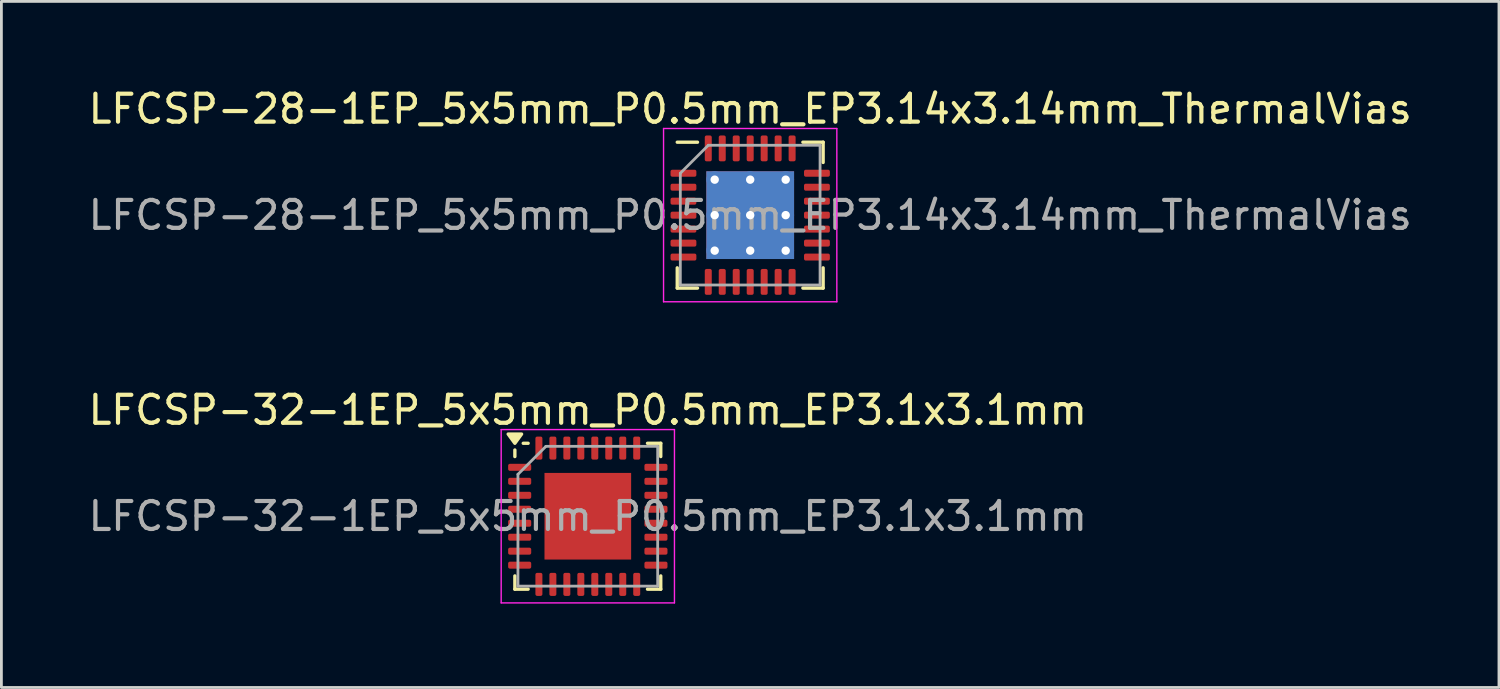
<source format=kicad_pcb>
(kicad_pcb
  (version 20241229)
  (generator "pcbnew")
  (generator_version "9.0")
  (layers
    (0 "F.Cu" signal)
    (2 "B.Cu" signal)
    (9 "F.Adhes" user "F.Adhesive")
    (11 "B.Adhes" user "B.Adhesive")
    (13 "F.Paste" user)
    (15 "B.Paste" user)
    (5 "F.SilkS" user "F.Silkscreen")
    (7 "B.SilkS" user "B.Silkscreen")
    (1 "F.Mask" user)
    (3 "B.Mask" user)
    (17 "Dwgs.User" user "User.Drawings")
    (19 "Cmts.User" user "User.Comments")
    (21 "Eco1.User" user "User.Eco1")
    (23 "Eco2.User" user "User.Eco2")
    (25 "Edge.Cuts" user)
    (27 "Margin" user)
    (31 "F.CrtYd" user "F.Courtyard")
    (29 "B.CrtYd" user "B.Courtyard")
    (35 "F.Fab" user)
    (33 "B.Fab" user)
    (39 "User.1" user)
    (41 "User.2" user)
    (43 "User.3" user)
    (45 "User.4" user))
  (footprint "LFCSP-32-1EP_5x5mm_P0.5mm_EP3.1x3.1mm"
    (layer "F.Cu")
    (at 17.982 15.421)
    (property "Reference" "LFCSP-32-1EP_5x5mm_P0.5mm_EP3.1x3.1mm" (at 0 -3.8 0) (layer "F.SilkS") (effects (font (size 1 1) (thickness 0.15))))
    (attr smd)
    (fp_line (start -2.61 -2.135) (end -2.61 -2.37) (stroke (width 0.12) (type solid)) (layer "F.SilkS"))
    (fp_line (start -2.61 2.61) (end -2.61 2.135) (stroke (width 0.12) (type solid)) (layer "F.SilkS"))
    (fp_line (start -2.135 -2.61) (end -2.31 -2.61) (stroke (width 0.12) (type solid)) (layer "F.SilkS"))
    (fp_line (start -2.135 2.61) (end -2.61 2.61) (stroke (width 0.12) (type solid)) (layer "F.SilkS"))
    (fp_line (start 2.135 -2.61) (end 2.61 -2.61) (stroke (width 0.12) (type solid)) (layer "F.SilkS"))
    (fp_line (start 2.135 2.61) (end 2.61 2.61) (stroke (width 0.12) (type solid)) (layer "F.SilkS"))
    (fp_line (start 2.61 -2.61) (end 2.61 -2.135) (stroke (width 0.12) (type solid)) (layer "F.SilkS"))
    (fp_line (start 2.61 2.61) (end 2.61 2.135) (stroke (width 0.12) (type solid)) (layer "F.SilkS"))
    (fp_poly (pts (xy -2.61 -2.61) (xy -2.85 -2.94) (xy -2.37 -2.94) (xy -2.61 -2.61)) (stroke (width 0.12) (type solid)) (fill yes) (layer "F.SilkS"))
    (fp_line (start -3.1 -3.1) (end -3.1 3.1) (stroke (width 0.05) (type solid)) (layer "F.CrtYd"))
    (fp_line (start -3.1 3.1) (end 3.1 3.1) (stroke (width 0.05) (type solid)) (layer "F.CrtYd"))
    (fp_line (start 3.1 -3.1) (end -3.1 -3.1) (stroke (width 0.05) (type solid)) (layer "F.CrtYd"))
    (fp_line (start 3.1 3.1) (end 3.1 -3.1) (stroke (width 0.05) (type solid)) (layer "F.CrtYd"))
    (fp_line (start -2.5 -1.5) (end -1.5 -2.5) (stroke (width 0.1) (type solid)) (layer "F.Fab"))
    (fp_line (start -2.5 2.5) (end -2.5 -1.5) (stroke (width 0.1) (type solid)) (layer "F.Fab"))
    (fp_line (start -1.5 -2.5) (end 2.5 -2.5) (stroke (width 0.1) (type solid)) (layer "F.Fab"))
    (fp_line (start 2.5 -2.5) (end 2.5 2.5) (stroke (width 0.1) (type solid)) (layer "F.Fab"))
    (fp_line (start 2.5 2.5) (end -2.5 2.5) (stroke (width 0.1) (type solid)) (layer "F.Fab"))
    (fp_text user "${REFERENCE}" (at 0 0 0) (layer "F.Fab") (effects (font (size 1 1) (thickness 0.15))))
    (pad "" smd roundrect (at -1.03 -1.03) (size 0.83 0.83) (layers "F.Paste") (roundrect_rratio 0.25))
    (pad "" smd roundrect (at -1.03 0) (size 0.83 0.83) (layers "F.Paste") (roundrect_rratio 0.25))
    (pad "" smd roundrect (at -1.03 1.03) (size 0.83 0.83) (layers "F.Paste") (roundrect_rratio 0.25))
    (pad "" smd roundrect (at 0 -1.03) (size 0.83 0.83) (layers "F.Paste") (roundrect_rratio 0.25))
    (pad "" smd roundrect (at 0 0) (size 0.83 0.83) (layers "F.Paste") (roundrect_rratio 0.25))
    (pad "" smd roundrect (at 0 1.03) (size 0.83 0.83) (layers "F.Paste") (roundrect_rratio 0.25))
    (pad "" smd roundrect (at 1.03 -1.03) (size 0.83 0.83) (layers "F.Paste") (roundrect_rratio 0.25))
    (pad "" smd roundrect (at 1.03 0) (size 0.83 0.83) (layers "F.Paste") (roundrect_rratio 0.25))
    (pad "" smd roundrect (at 1.03 1.03) (size 0.83 0.83) (layers "F.Paste") (roundrect_rratio 0.25))
    (pad "1" smd roundrect (at -2.438 -1.75) (size 0.825 0.25) (layers "F.Cu" "F.Mask" "F.Paste") (roundrect_rratio 0.25))
    (pad "2" smd roundrect (at -2.438 -1.25) (size 0.825 0.25) (layers "F.Cu" "F.Mask" "F.Paste") (roundrect_rratio 0.25))
    (pad "3" smd roundrect (at -2.438 -0.75) (size 0.825 0.25) (layers "F.Cu" "F.Mask" "F.Paste") (roundrect_rratio 0.25))
    (pad "4" smd roundrect (at -2.438 -0.25) (size 0.825 0.25) (layers "F.Cu" "F.Mask" "F.Paste") (roundrect_rratio 0.25))
    (pad "5" smd roundrect (at -2.438 0.25) (size 0.825 0.25) (layers "F.Cu" "F.Mask" "F.Paste") (roundrect_rratio 0.25))
    (pad "6" smd roundrect (at -2.438 0.75) (size 0.825 0.25) (layers "F.Cu" "F.Mask" "F.Paste") (roundrect_rratio 0.25))
    (pad "7" smd roundrect (at -2.438 1.25) (size 0.825 0.25) (layers "F.Cu" "F.Mask" "F.Paste") (roundrect_rratio 0.25))
    (pad "8" smd roundrect (at -2.438 1.75) (size 0.825 0.25) (layers "F.Cu" "F.Mask" "F.Paste") (roundrect_rratio 0.25))
    (pad "9" smd roundrect (at -1.75 2.438) (size 0.25 0.825) (layers "F.Cu" "F.Mask" "F.Paste") (roundrect_rratio 0.25))
    (pad "10" smd roundrect (at -1.25 2.438) (size 0.25 0.825) (layers "F.Cu" "F.Mask" "F.Paste") (roundrect_rratio 0.25))
    (pad "11" smd roundrect (at -0.75 2.438) (size 0.25 0.825) (layers "F.Cu" "F.Mask" "F.Paste") (roundrect_rratio 0.25))
    (pad "12" smd roundrect (at -0.25 2.438) (size 0.25 0.825) (layers "F.Cu" "F.Mask" "F.Paste") (roundrect_rratio 0.25))
    (pad "13" smd roundrect (at 0.25 2.438) (size 0.25 0.825) (layers "F.Cu" "F.Mask" "F.Paste") (roundrect_rratio 0.25))
    (pad "14" smd roundrect (at 0.75 2.438) (size 0.25 0.825) (layers "F.Cu" "F.Mask" "F.Paste") (roundrect_rratio 0.25))
    (pad "15" smd roundrect (at 1.25 2.438) (size 0.25 0.825) (layers "F.Cu" "F.Mask" "F.Paste") (roundrect_rratio 0.25))
    (pad "16" smd roundrect (at 1.75 2.438) (size 0.25 0.825) (layers "F.Cu" "F.Mask" "F.Paste") (roundrect_rratio 0.25))
    (pad "17" smd roundrect (at 2.438 1.75) (size 0.825 0.25) (layers "F.Cu" "F.Mask" "F.Paste") (roundrect_rratio 0.25))
    (pad "18" smd roundrect (at 2.438 1.25) (size 0.825 0.25) (layers "F.Cu" "F.Mask" "F.Paste") (roundrect_rratio 0.25))
    (pad "19" smd roundrect (at 2.438 0.75) (size 0.825 0.25) (layers "F.Cu" "F.Mask" "F.Paste") (roundrect_rratio 0.25))
    (pad "20" smd roundrect (at 2.438 0.25) (size 0.825 0.25) (layers "F.Cu" "F.Mask" "F.Paste") (roundrect_rratio 0.25))
    (pad "21" smd roundrect (at 2.438 -0.25) (size 0.825 0.25) (layers "F.Cu" "F.Mask" "F.Paste") (roundrect_rratio 0.25))
    (pad "22" smd roundrect (at 2.438 -0.75) (size 0.825 0.25) (layers "F.Cu" "F.Mask" "F.Paste") (roundrect_rratio 0.25))
    (pad "23" smd roundrect (at 2.438 -1.25) (size 0.825 0.25) (layers "F.Cu" "F.Mask" "F.Paste") (roundrect_rratio 0.25))
    (pad "24" smd roundrect (at 2.438 -1.75) (size 0.825 0.25) (layers "F.Cu" "F.Mask" "F.Paste") (roundrect_rratio 0.25))
    (pad "25" smd roundrect (at 1.75 -2.438) (size 0.25 0.825) (layers "F.Cu" "F.Mask" "F.Paste") (roundrect_rratio 0.25))
    (pad "26" smd roundrect (at 1.25 -2.438) (size 0.25 0.825) (layers "F.Cu" "F.Mask" "F.Paste") (roundrect_rratio 0.25))
    (pad "27" smd roundrect (at 0.75 -2.438) (size 0.25 0.825) (layers "F.Cu" "F.Mask" "F.Paste") (roundrect_rratio 0.25))
    (pad "28" smd roundrect (at 0.25 -2.438) (size 0.25 0.825) (layers "F.Cu" "F.Mask" "F.Paste") (roundrect_rratio 0.25))
    (pad "29" smd roundrect (at -0.25 -2.438) (size 0.25 0.825) (layers "F.Cu" "F.Mask" "F.Paste") (roundrect_rratio 0.25))
    (pad "30" smd roundrect (at -0.75 -2.438) (size 0.25 0.825) (layers "F.Cu" "F.Mask" "F.Paste") (roundrect_rratio 0.25))
    (pad "31" smd roundrect (at -1.25 -2.438) (size 0.25 0.825) (layers "F.Cu" "F.Mask" "F.Paste") (roundrect_rratio 0.25))
    (pad "32" smd roundrect (at -1.75 -2.438) (size 0.25 0.825) (layers "F.Cu" "F.Mask" "F.Paste") (roundrect_rratio 0.25))
    (pad "33" smd rect (at 0 0) (size 3.1 3.1) (property pad_prop_heatsink) (layers "F.Cu" "F.Mask")))
  (footprint "LFCSP-28-1EP_5x5mm_P0.5mm_EP3.14x3.14mm_ThermalVias"
    (layer "F.Cu")
    (at 23.792 4.648)
    (property "Reference" "LFCSP-28-1EP_5x5mm_P0.5mm_EP3.14x3.14mm_ThermalVias" (at 0 -3.8 0) (layer "F.SilkS") (effects (font (size 1 1) (thickness 0.15))))
    (attr smd)
    (fp_line (start -2.61 2.61) (end -2.61 1.885) (stroke (width 0.12) (type solid)) (layer "F.SilkS"))
    (fp_line (start -1.885 -2.61) (end -2.61 -2.61) (stroke (width 0.12) (type solid)) (layer "F.SilkS"))
    (fp_line (start -1.885 2.61) (end -2.61 2.61) (stroke (width 0.12) (type solid)) (layer "F.SilkS"))
    (fp_line (start 1.885 -2.61) (end 2.61 -2.61) (stroke (width 0.12) (type solid)) (layer "F.SilkS"))
    (fp_line (start 1.885 2.61) (end 2.61 2.61) (stroke (width 0.12) (type solid)) (layer "F.SilkS"))
    (fp_line (start 2.61 -2.61) (end 2.61 -1.885) (stroke (width 0.12) (type solid)) (layer "F.SilkS"))
    (fp_line (start 2.61 2.61) (end 2.61 1.885) (stroke (width 0.12) (type solid)) (layer "F.SilkS"))
    (fp_line (start -3.1 -3.1) (end -3.1 3.1) (stroke (width 0.05) (type solid)) (layer "F.CrtYd"))
    (fp_line (start -3.1 3.1) (end 3.1 3.1) (stroke (width 0.05) (type solid)) (layer "F.CrtYd"))
    (fp_line (start 3.1 -3.1) (end -3.1 -3.1) (stroke (width 0.05) (type solid)) (layer "F.CrtYd"))
    (fp_line (start 3.1 3.1) (end 3.1 -3.1) (stroke (width 0.05) (type solid)) (layer "F.CrtYd"))
    (fp_line (start -2.5 -1.5) (end -1.5 -2.5) (stroke (width 0.1) (type solid)) (layer "F.Fab"))
    (fp_line (start -2.5 2.5) (end -2.5 -1.5) (stroke (width 0.1) (type solid)) (layer "F.Fab"))
    (fp_line (start -1.5 -2.5) (end 2.5 -2.5) (stroke (width 0.1) (type solid)) (layer "F.Fab"))
    (fp_line (start 2.5 -2.5) (end 2.5 2.5) (stroke (width 0.1) (type solid)) (layer "F.Fab"))
    (fp_line (start 2.5 2.5) (end -2.5 2.5) (stroke (width 0.1) (type solid)) (layer "F.Fab"))
    (fp_text user "${REFERENCE}" (at 0 0 0) (layer "F.Fab") (effects (font (size 1 1) (thickness 0.15))))
    (pad "" smd roundrect (at -0.785 -0.785) (size 1.31 1.31) (layers "F.Paste") (roundrect_rratio 0.191))
    (pad "" smd roundrect (at -0.785 0.785) (size 1.31 1.31) (layers "F.Paste") (roundrect_rratio 0.191))
    (pad "" smd roundrect (at 0.785 -0.785) (size 1.31 1.31) (layers "F.Paste") (roundrect_rratio 0.191))
    (pad "" smd roundrect (at 0.785 0.785) (size 1.31 1.31) (layers "F.Paste") (roundrect_rratio 0.191))
    (pad "1" smd roundrect (at -2.388 -1.5) (size 0.925 0.25) (layers "F.Cu" "F.Mask" "F.Paste") (roundrect_rratio 0.25))
    (pad "2" smd roundrect (at -2.388 -1) (size 0.925 0.25) (layers "F.Cu" "F.Mask" "F.Paste") (roundrect_rratio 0.25))
    (pad "3" smd roundrect (at -2.388 -0.5) (size 0.925 0.25) (layers "F.Cu" "F.Mask" "F.Paste") (roundrect_rratio 0.25))
    (pad "4" smd roundrect (at -2.388 0) (size 0.925 0.25) (layers "F.Cu" "F.Mask" "F.Paste") (roundrect_rratio 0.25))
    (pad "5" smd roundrect (at -2.388 0.5) (size 0.925 0.25) (layers "F.Cu" "F.Mask" "F.Paste") (roundrect_rratio 0.25))
    (pad "6" smd roundrect (at -2.388 1) (size 0.925 0.25) (layers "F.Cu" "F.Mask" "F.Paste") (roundrect_rratio 0.25))
    (pad "7" smd roundrect (at -2.388 1.5) (size 0.925 0.25) (layers "F.Cu" "F.Mask" "F.Paste") (roundrect_rratio 0.25))
    (pad "8" smd roundrect (at -1.5 2.388) (size 0.25 0.925) (layers "F.Cu" "F.Mask" "F.Paste") (roundrect_rratio 0.25))
    (pad "9" smd roundrect (at -1 2.388) (size 0.25 0.925) (layers "F.Cu" "F.Mask" "F.Paste") (roundrect_rratio 0.25))
    (pad "10" smd roundrect (at -0.5 2.388) (size 0.25 0.925) (layers "F.Cu" "F.Mask" "F.Paste") (roundrect_rratio 0.25))
    (pad "11" smd roundrect (at 0 2.388) (size 0.25 0.925) (layers "F.Cu" "F.Mask" "F.Paste") (roundrect_rratio 0.25))
    (pad "12" smd roundrect (at 0.5 2.388) (size 0.25 0.925) (layers "F.Cu" "F.Mask" "F.Paste") (roundrect_rratio 0.25))
    (pad "13" smd roundrect (at 1 2.388) (size 0.25 0.925) (layers "F.Cu" "F.Mask" "F.Paste") (roundrect_rratio 0.25))
    (pad "14" smd roundrect (at 1.5 2.388) (size 0.25 0.925) (layers "F.Cu" "F.Mask" "F.Paste") (roundrect_rratio 0.25))
    (pad "15" smd roundrect (at 2.388 1.5) (size 0.925 0.25) (layers "F.Cu" "F.Mask" "F.Paste") (roundrect_rratio 0.25))
    (pad "16" smd roundrect (at 2.388 1) (size 0.925 0.25) (layers "F.Cu" "F.Mask" "F.Paste") (roundrect_rratio 0.25))
    (pad "17" smd roundrect (at 2.388 0.5) (size 0.925 0.25) (layers "F.Cu" "F.Mask" "F.Paste") (roundrect_rratio 0.25))
    (pad "18" smd roundrect (at 2.388 0) (size 0.925 0.25) (layers "F.Cu" "F.Mask" "F.Paste") (roundrect_rratio 0.25))
    (pad "19" smd roundrect (at 2.388 -0.5) (size 0.925 0.25) (layers "F.Cu" "F.Mask" "F.Paste") (roundrect_rratio 0.25))
    (pad "20" smd roundrect (at 2.388 -1) (size 0.925 0.25) (layers "F.Cu" "F.Mask" "F.Paste") (roundrect_rratio 0.25))
    (pad "21" smd roundrect (at 2.388 -1.5) (size 0.925 0.25) (layers "F.Cu" "F.Mask" "F.Paste") (roundrect_rratio 0.25))
    (pad "22" smd roundrect (at 1.5 -2.388) (size 0.25 0.925) (layers "F.Cu" "F.Mask" "F.Paste") (roundrect_rratio 0.25))
    (pad "23" smd roundrect (at 1 -2.388) (size 0.25 0.925) (layers "F.Cu" "F.Mask" "F.Paste") (roundrect_rratio 0.25))
    (pad "24" smd roundrect (at 0.5 -2.388) (size 0.25 0.925) (layers "F.Cu" "F.Mask" "F.Paste") (roundrect_rratio 0.25))
    (pad "25" smd roundrect (at 0 -2.388) (size 0.25 0.925) (layers "F.Cu" "F.Mask" "F.Paste") (roundrect_rratio 0.25))
    (pad "26" smd roundrect (at -0.5 -2.388) (size 0.25 0.925) (layers "F.Cu" "F.Mask" "F.Paste") (roundrect_rratio 0.25))
    (pad "27" smd roundrect (at -1 -2.388) (size 0.25 0.925) (layers "F.Cu" "F.Mask" "F.Paste") (roundrect_rratio 0.25))
    (pad "28" smd roundrect (at -1.5 -2.388) (size 0.25 0.925) (layers "F.Cu" "F.Mask" "F.Paste") (roundrect_rratio 0.25))
    (pad "29" thru_hole circle (at -1.27 -1.27) (size 0.6 0.6) (drill 0.3) (layers "*.Cu"))
    (pad "29" thru_hole circle (at -1.27 0) (size 0.6 0.6) (drill 0.3) (layers "*.Cu"))
    (pad "29" thru_hole circle (at -1.27 1.27) (size 0.6 0.6) (drill 0.3) (layers "*.Cu"))
    (pad "29" thru_hole circle (at 0 -1.27) (size 0.6 0.6) (drill 0.3) (layers "*.Cu"))
    (pad "29" thru_hole circle (at 0 0) (size 0.6 0.6) (drill 0.3) (layers "*.Cu"))
    (pad "29" smd rect (at 0 0) (size 3.14 3.14) (layers "F.Cu" "F.Mask"))
    (pad "29" smd rect (at 0 0) (size 3.14 3.14) (layers "B.Cu"))
    (pad "29" thru_hole circle (at 0 1.27) (size 0.6 0.6) (drill 0.3) (layers "*.Cu"))
    (pad "29" thru_hole circle (at 1.27 -1.27) (size 0.6 0.6) (drill 0.3) (layers "*.Cu"))
    (pad "29" thru_hole circle (at 1.27 0) (size 0.6 0.6) (drill 0.3) (layers "*.Cu"))
    (pad "29" thru_hole circle (at 1.27 1.27) (size 0.6 0.6) (drill 0.3) (layers "*.Cu")))
  (gr_rect
    (start -3 -3)
    (end 50.583 21.547)
    (stroke (width 0.1) (type default))
    (fill no)
    (layer "Edge.Cuts")))
</source>
